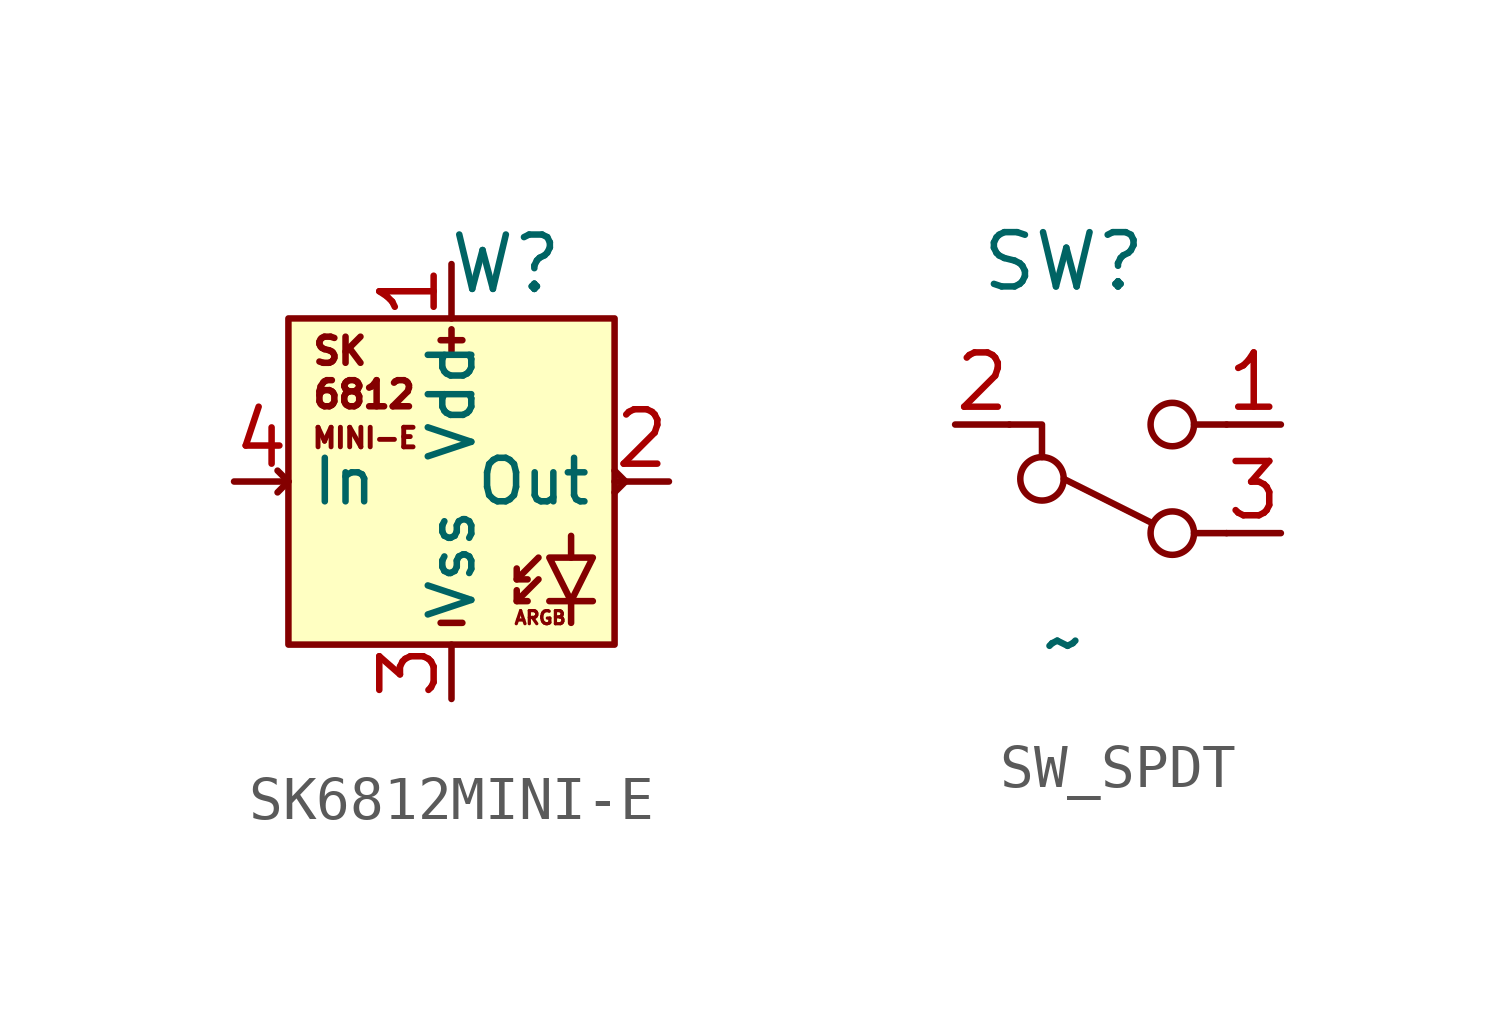
<source format=kicad_sym>
(kicad_symbol_lib
  (version 20241209)
  (generator "kicad_symbol_editor")
  (generator_version "9.0")
  (symbol "SK6812MINI-E"
    (property "Reference" "W"
      (at 1.27 5.08 0)
      (effects (font (size 1.27 1.27))))
    (property "Value" ""
      (at 0 0 0)
      (effects (font (size 1.27 1.27))))
    (symbol "SK6812MINI-E_1_1"
      (polyline (pts (xy -4.064 0.254) (xy -3.81 0) (xy -4.064 -0.254)) (stroke (width 0) (type default)) (fill (type none)))
      (rectangle (start -3.81 3.81) (end 3.81 -3.81) (stroke (width 0) (type solid)) (fill (type background)))
      (polyline (pts (xy -0.254 3.302) (xy 0.254 3.302)) (stroke (width 0) (type default)) (fill (type none)))
      (polyline (pts (xy -0.254 -3.302) (xy 0.254 -3.302)) (stroke (width 0) (type default)) (fill (type none)))
      (polyline (pts (xy 0 3.556) (xy 0 3.048)) (stroke (width 0) (type default)) (fill (type none)))
      (polyline (pts (xy 1.524 -2.032) (xy 1.524 -2.286) (xy 1.778 -2.286)) (stroke (width 0) (type default)) (fill (type none)))
      (polyline (pts (xy 1.524 -2.54) (xy 1.524 -2.794) (xy 1.778 -2.794)) (stroke (width 0) (type default)) (fill (type none)))
      (polyline (pts (xy 1.524 -2.794) (xy 2.032 -2.286)) (stroke (width 0) (type default)) (fill (type none)))
      (polyline (pts (xy 2.032 -1.778) (xy 1.524 -2.286)) (stroke (width 0) (type default)) (fill (type none)))
      (polyline (pts (xy 2.794 -1.778) (xy 2.794 -1.27)) (stroke (width 0) (type default)) (fill (type none)))
      (polyline (pts (xy 2.794 -2.794) (xy 3.302 -2.794)) (stroke (width 0) (type default)) (fill (type none)))
      (polyline (pts (xy 2.794 -2.794) (xy 2.286 -1.778) (xy 3.302 -1.778) (xy 2.794 -2.794)) (stroke (width 0) (type default)) (fill (type none)))
      (polyline (pts (xy 2.794 -3.302) (xy 2.794 -2.794) (xy 2.286 -2.794)) (stroke (width 0) (type default)) (fill (type none)))
      (polyline (pts (xy 3.81 0.254) (xy 4.064 0) (xy 3.81 -0.254)) (stroke (width 0) (type default)) (fill (type none)))
      (text "SK" (at -3.302 3.048 0) (effects (font (size 0.61 0.61)) (justify left)))
      (text "6812" (at -3.302 2.032 0) (effects (font (size 0.61 0.61)) (justify left)))
      (text "MINI-E" (at -3.302 1.016 0) (effects (font (size 0.457 0.457)) (justify left)))
      (text "ARGB" (at 1.434 -3.184 0) (effects (font (size 0.305 0.305)) (justify left)))
      (pin input line (at -5.08 0 0) (length 1.27) (name "In" (effects (font (size 1.016 1.016)))) (number "4" (effects (font (size 1.27 1.27)))))
      (pin power_in line (at 0 5.08 270) (length 1.27) (name "Vdd" (effects (font (size 1.016 1.016)))) (number "1" (effects (font (size 1.27 1.27)))))
      (pin power_in line (at 0 -5.08 90) (length 1.27) (name "Vss" (effects (font (size 1.016 1.016)))) (number "3" (effects (font (size 1.27 1.27)))))
      (pin output line (at 5.08 0 180) (length 1.27) (name "Out" (effects (font (size 1.016 1.016)))) (number "2" (effects (font (size 1.27 1.27)))))))
  (symbol "SW_SPDT"
    (pin_names
      (offset 0)
      (hide yes))
    (property "Reference" "SW"
      (at 0 3.81 0)
      (effects (font (size 1.27 1.27))))
    (property "Value" "~"
      (at 0 -5.08 0)
      (effects (font (size 1.27 1.27))))
    (symbol "SW_SPDT_0_1"
      (polyline (pts (xy -1.27 0) (xy -0.508 0) (xy -0.508 -0.762)) (stroke (width 0) (type default)) (fill (type none)))
      (circle (center -0.508 -1.27) (radius 0.508) (stroke (width 0) (type default)) (fill (type none)))
      (polyline (pts (xy 0 -1.27) (xy 2.032 -2.286)) (stroke (width 0) (type default)) (fill (type none)))
      (circle (center 2.54 0) (radius 0.508) (stroke (width 0) (type default)) (fill (type none)))
      (circle (center 2.54 -2.54) (radius 0.508) (stroke (width 0) (type default)) (fill (type none)))
      (polyline (pts (xy 3.81 0) (xy 3.048 0)) (stroke (width 0) (type default)) (fill (type none)))
      (polyline (pts (xy 3.81 -2.54) (xy 3.048 -2.54)) (stroke (width 0) (type default)) (fill (type none))))
    (symbol "SW_SPDT_1_1"
      (pin passive line (at -2.54 0 0) (length 1.27) (name "B" (effects (font (size 1.27 1.27)))) (number "2" (effects (font (size 1.27 1.27)))))
      (pin passive line (at 5.08 0 180) (length 1.27) (name "A" (effects (font (size 1.27 1.27)))) (number "1" (effects (font (size 1.27 1.27)))))
      (pin passive line (at 5.08 -2.54 180) (length 1.27) (name "C" (effects (font (size 1.27 1.27)))) (number "3" (effects (font (size 1.27 1.27))))))))
</source>
